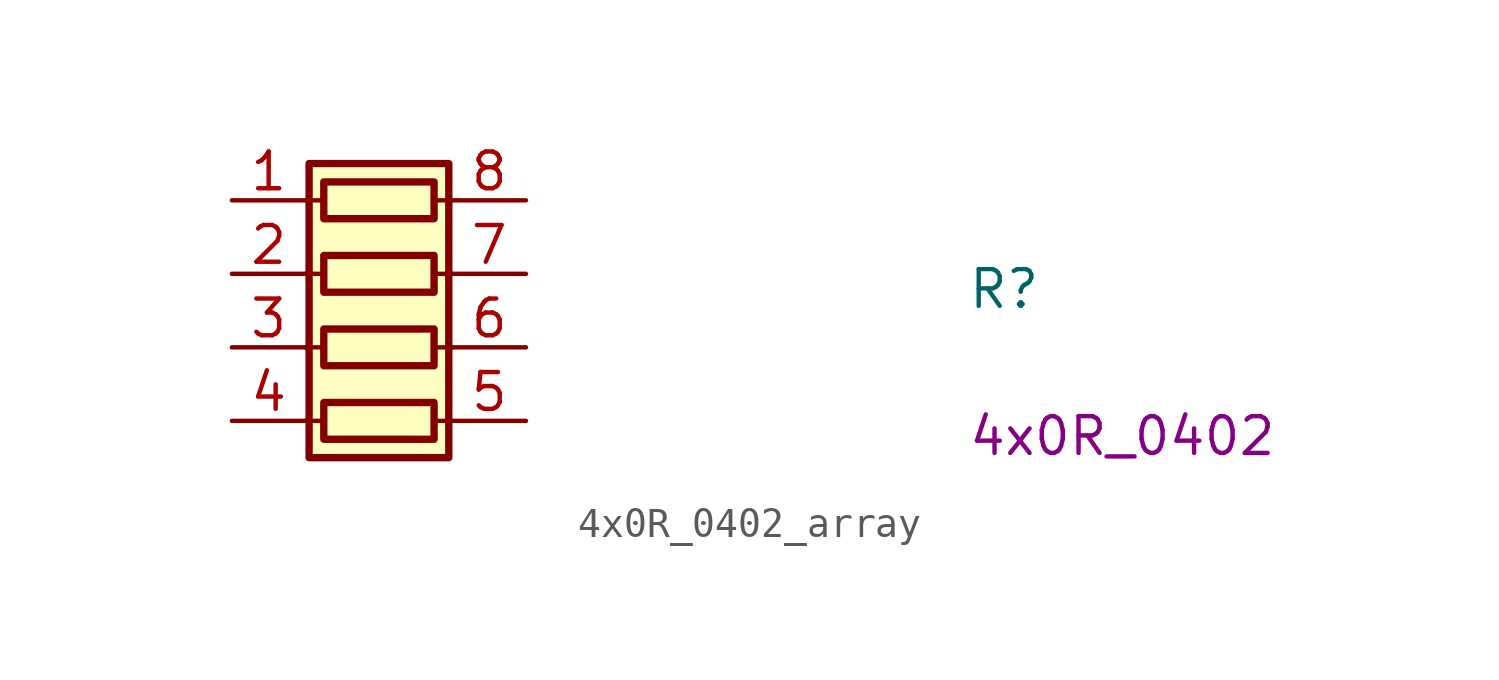
<source format=kicad_sym>
(kicad_symbol_lib
  (version 20211014)
  (generator kicad_symbol_editor)
  (symbol "4x0R_0402_array"
    (pin_names hide)
    (property "Reference" "R"
      (at 25.4 -3.81 0)
      (effects (font (size 1.27 1.27) (thickness 0.15)) (justify left bottom)))
    (property "Val" "4x0R_0402"
      (at 25.4 -8.89 0)
      (effects (font (size 1.27 1.27)) (justify left bottom)))
    (symbol "4x0R_0402_array_0_1"
      (polyline (pts (xy 2.54 -7.62) (xy 3.175 -7.62)) (stroke (width 0) (type default) (color 0 0 0 0)) (fill (type none)))
      (polyline (pts (xy 2.54 -5.08) (xy 3.175 -5.08)) (stroke (width 0) (type default) (color 0 0 0 0)) (fill (type none)))
      (polyline (pts (xy 2.54 -2.54) (xy 3.175 -2.54)) (stroke (width 0) (type default) (color 0 0 0 0)) (fill (type none)))
      (polyline (pts (xy 2.54 0) (xy 3.175 0)) (stroke (width 0) (type default) (color 0 0 0 0)) (fill (type none)))
      (polyline (pts (xy 6.985 -7.62) (xy 7.62 -7.62)) (stroke (width 0) (type default) (color 0 0 0 0)) (fill (type none)))
      (polyline (pts (xy 6.985 -5.08) (xy 7.62 -5.08)) (stroke (width 0) (type default) (color 0 0 0 0)) (fill (type none)))
      (polyline (pts (xy 6.985 -2.54) (xy 7.62 -2.54)) (stroke (width 0) (type default) (color 0 0 0 0)) (fill (type none)))
      (polyline (pts (xy 6.985 0) (xy 7.62 0)) (stroke (width 0) (type default) (color 0 0 0 0)) (fill (type none)))
      (rectangle (start 2.667 1.27) (end 7.493 -8.89) (stroke (width 0.254) (type default) (color 0 0 0 0)) (fill (type background)))
      (rectangle (start 6.985 -6.985) (end 3.175 -8.255) (stroke (width 0.254) (type default) (color 0 0 0 0)) (fill (type none)))
      (rectangle (start 6.985 -4.445) (end 3.175 -5.715) (stroke (width 0.254) (type default) (color 0 0 0 0)) (fill (type none)))
      (rectangle (start 6.985 -1.905) (end 3.175 -3.175) (stroke (width 0.254) (type default) (color 0 0 0 0)) (fill (type none)))
      (rectangle (start 6.985 0.635) (end 3.175 -0.635) (stroke (width 0.254) (type default) (color 0 0 0 0)) (fill (type none))))
    (symbol "4x0R_0402_array_1_1"
      (pin passive line (at 0 0 0) (length 2.54) (name "R1.1" (effects (font (size 1.27 1.27)))) (number "1" (effects (font (size 1.27 1.27)))))
      (pin passive line (at 0 -2.54 0) (length 2.54) (name "R2.1" (effects (font (size 1.27 1.27)))) (number "2" (effects (font (size 1.27 1.27)))))
      (pin passive line (at 0 -5.08 0) (length 2.54) (name "R3.1" (effects (font (size 1.27 1.27)))) (number "3" (effects (font (size 1.27 1.27)))))
      (pin passive line (at 0 -7.62 0) (length 2.54) (name "R4.1" (effects (font (size 1.27 1.27)))) (number "4" (effects (font (size 1.27 1.27)))))
      (pin passive line (at 10.16 -7.62 180) (length 2.54) (name "R4.2" (effects (font (size 1.27 1.27)))) (number "5" (effects (font (size 1.27 1.27)))))
      (pin passive line (at 10.16 -5.08 180) (length 2.54) (name "R3.2" (effects (font (size 1.27 1.27)))) (number "6" (effects (font (size 1.27 1.27)))))
      (pin passive line (at 10.16 -2.54 180) (length 2.54) (name "R2.2" (effects (font (size 1.27 1.27)))) (number "7" (effects (font (size 1.27 1.27)))))
      (pin passive line (at 10.16 0 180) (length 2.54) (name "R1.2" (effects (font (size 1.27 1.27)))) (number "8" (effects (font (size 1.27 1.27))))))))
</source>
